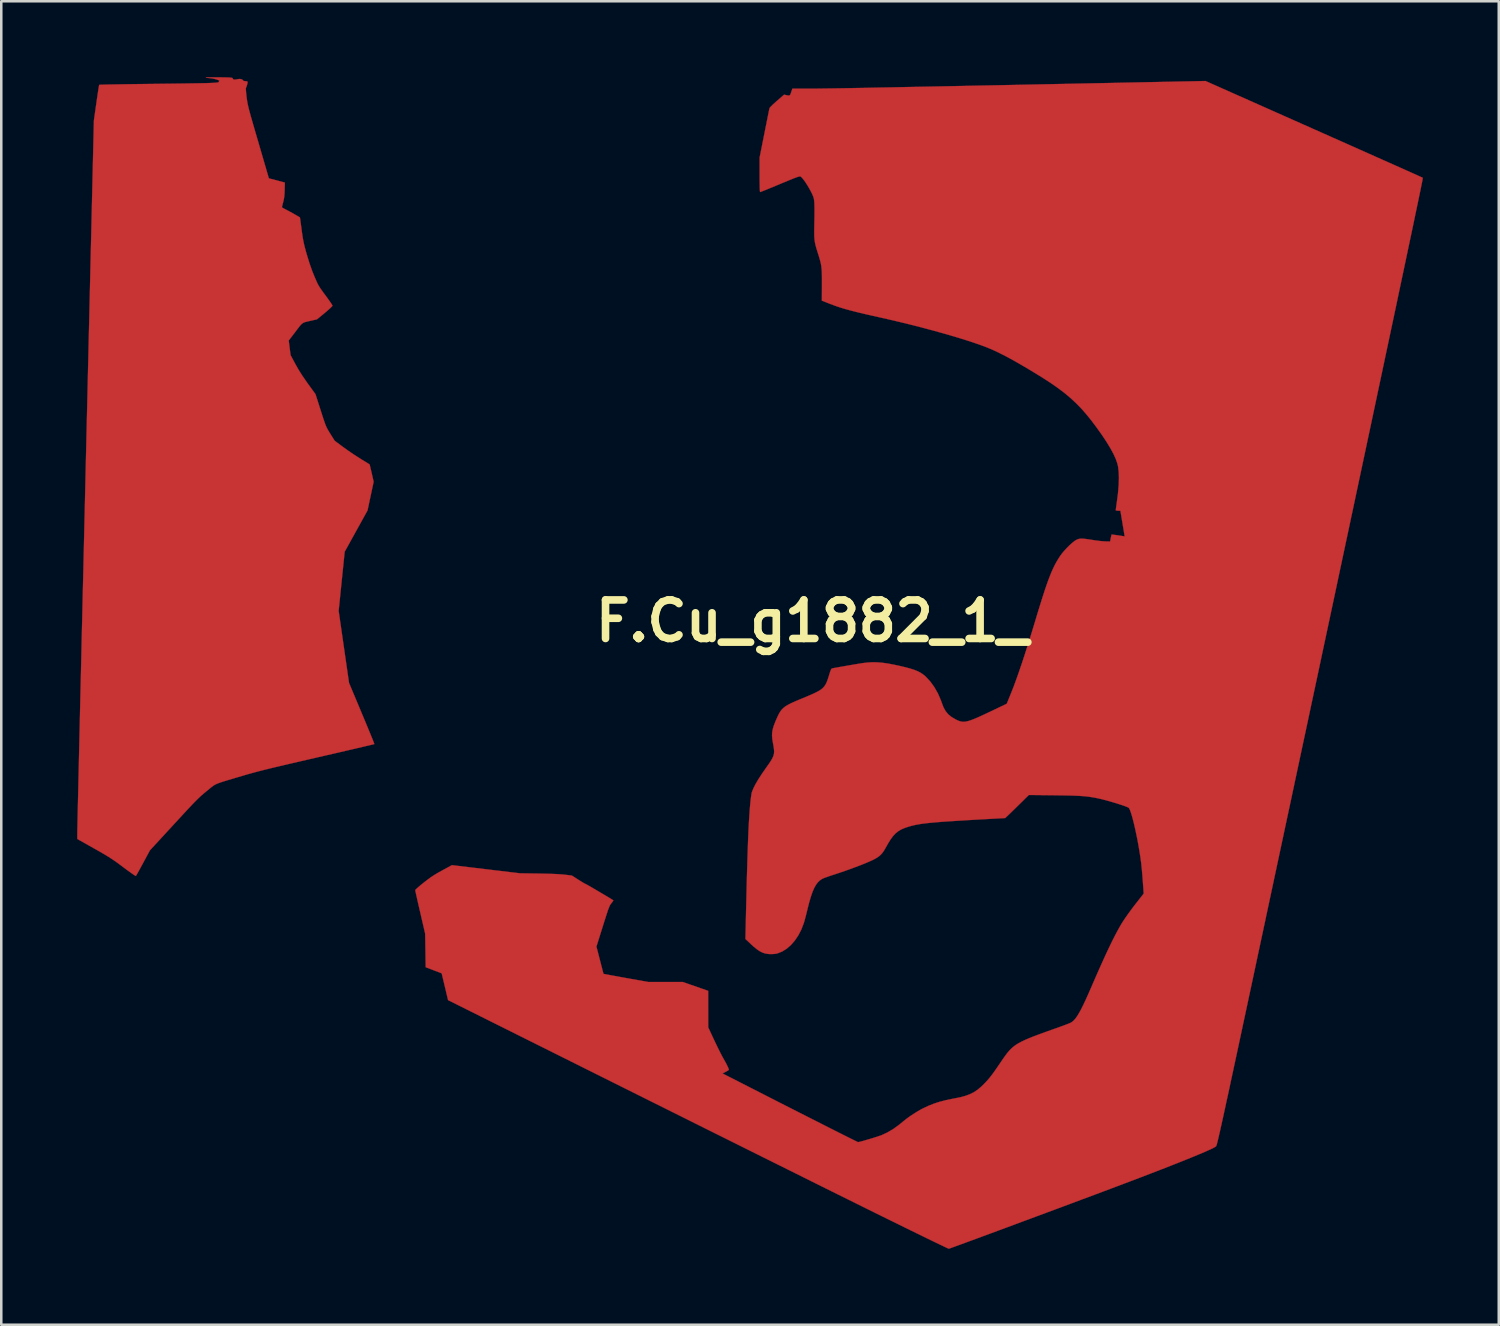
<source format=kicad_pcb>
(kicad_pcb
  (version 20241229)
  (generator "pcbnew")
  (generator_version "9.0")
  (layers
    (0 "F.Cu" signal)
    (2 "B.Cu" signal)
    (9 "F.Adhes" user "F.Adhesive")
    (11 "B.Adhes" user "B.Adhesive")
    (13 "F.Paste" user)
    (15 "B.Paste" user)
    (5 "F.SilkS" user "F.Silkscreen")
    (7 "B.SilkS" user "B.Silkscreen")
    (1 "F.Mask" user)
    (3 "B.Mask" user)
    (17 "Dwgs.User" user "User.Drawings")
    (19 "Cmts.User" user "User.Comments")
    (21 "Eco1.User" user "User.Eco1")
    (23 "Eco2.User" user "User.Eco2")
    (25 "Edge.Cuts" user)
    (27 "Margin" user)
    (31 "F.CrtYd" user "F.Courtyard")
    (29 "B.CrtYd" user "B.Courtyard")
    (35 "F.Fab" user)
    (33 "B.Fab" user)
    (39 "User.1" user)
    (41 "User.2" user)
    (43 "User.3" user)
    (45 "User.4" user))
  (footprint "F.Cu_g1882_1_"
    (layer "F.Cu")
    (at 29.046 21.495)
    (property "Reference" "F.Cu_g1882_1_" (at 0 0 0) (layer "F.SilkS") (effects (font (size 1.524 1.524) (thickness 0.3))))
    (attr through_hole)
    (fp_poly (pts (xy -23.472 -21.489) (xy -23.44 -21.489) (xy -23.272 -21.487) (xy -23.141 -21.484) (xy -23.044 -21.481) (xy -22.977 -21.476) (xy -22.933 -21.47) (xy -22.91 -21.463) (xy -22.902 -21.454) (xy -22.902 -21.453) (xy -22.885 -21.414) (xy -22.835 -21.397) (xy -22.755 -21.405) (xy -22.729 -21.411) (xy -22.637 -21.425) (xy -22.56 -21.417) (xy -22.507 -21.389) (xy -22.492 -21.366) (xy -22.462 -21.344) (xy -22.397 -21.336) (xy -22.395 -21.336) (xy -22.335 -21.33) (xy -22.31 -21.312) (xy -22.31 -21.31) (xy -22.316 -21.259) (xy -22.331 -21.196) (xy -22.349 -21.136) (xy -22.366 -21.092) (xy -22.374 -21.081) (xy -22.379 -21.056) (xy -22.378 -20.994) (xy -22.371 -20.898) (xy -22.358 -20.774) (xy -22.351 -20.715) (xy -22.342 -20.645) (xy -22.333 -20.58) (xy -22.323 -20.517) (xy -22.311 -20.451) (xy -22.296 -20.381) (xy -22.277 -20.3) (xy -22.254 -20.208) (xy -22.225 -20.099) (xy -22.19 -19.97) (xy -22.147 -19.819) (xy -22.095 -19.64) (xy -22.035 -19.431) (xy -21.964 -19.189) (xy -21.888 -18.929) (xy -21.47 -17.497) (xy -21.154 -17.413) (xy -20.838 -17.329) (xy -20.845 -17.041) (xy -20.851 -16.891) (xy -20.862 -16.768) (xy -20.88 -16.659) (xy -20.904 -16.56) (xy -20.926 -16.475) (xy -20.943 -16.406) (xy -20.953 -16.363) (xy -20.955 -16.354) (xy -20.937 -16.339) (xy -20.89 -16.311) (xy -20.822 -16.275) (xy -20.787 -16.257) (xy -20.723 -16.223) (xy -20.639 -16.178) (xy -20.544 -16.126) (xy -20.448 -16.072) (xy -20.361 -16.022) (xy -20.29 -15.981) (xy -20.246 -15.954) (xy -20.243 -15.951) (xy -20.239 -15.931) (xy -20.231 -15.874) (xy -20.219 -15.787) (xy -20.204 -15.675) (xy -20.186 -15.545) (xy -20.175 -15.46) (xy -20.152 -15.288) (xy -20.13 -15.145) (xy -20.107 -15.019) (xy -20.081 -14.897) (xy -20.05 -14.769) (xy -20.01 -14.621) (xy -19.972 -14.487) (xy -19.865 -14.139) (xy -19.754 -13.825) (xy -19.673 -13.625) (xy -19.619 -13.498) (xy -19.574 -13.397) (xy -19.533 -13.312) (xy -19.49 -13.235) (xy -19.441 -13.157) (xy -19.379 -13.069) (xy -19.301 -12.961) (xy -19.236 -12.873) (xy -19.154 -12.762) (xy -19.082 -12.661) (xy -19.023 -12.576) (xy -18.981 -12.511) (xy -18.958 -12.472) (xy -18.956 -12.465) (xy -18.971 -12.441) (xy -19.015 -12.395) (xy -19.083 -12.332) (xy -19.169 -12.256) (xy -19.262 -12.177) (xy -19.57 -11.924) (xy -19.781 -11.877) (xy -19.899 -11.85) (xy -19.989 -11.829) (xy -20.059 -11.809) (xy -20.115 -11.784) (xy -20.163 -11.75) (xy -20.212 -11.702) (xy -20.267 -11.636) (xy -20.336 -11.546) (xy -20.417 -11.438) (xy -20.685 -11.088) (xy -20.649 -10.799) (xy -20.612 -10.509) (xy -20.422 -10.154) (xy -20.293 -9.927) (xy -20.146 -9.694) (xy -19.974 -9.445) (xy -19.929 -9.381) (xy -19.626 -8.964) (xy -19.421 -8.32) (xy -19.364 -8.142) (xy -19.317 -7.998) (xy -19.278 -7.883) (xy -19.245 -7.79) (xy -19.215 -7.714) (xy -19.186 -7.649) (xy -19.155 -7.589) (xy -19.12 -7.528) (xy -19.079 -7.46) (xy -19.043 -7.401) (xy -18.87 -7.126) (xy -18.538 -6.878) (xy -18.333 -6.731) (xy -18.095 -6.57) (xy -17.83 -6.4) (xy -17.543 -6.224) (xy -17.489 -6.191) (xy -17.483 -6.171) (xy -17.47 -6.116) (xy -17.45 -6.033) (xy -17.426 -5.93) (xy -17.407 -5.847) (xy -17.329 -5.505) (xy -17.45 -4.938) (xy -17.571 -4.371) (xy -18.022 -3.556) (xy -18.473 -2.741) (xy -18.593 -1.571) (xy -18.712 -0.401) (xy -18.507 1.022) (xy -18.302 2.445) (xy -17.797 3.649) (xy -17.708 3.862) (xy -17.624 4.063) (xy -17.547 4.25) (xy -17.478 4.417) (xy -17.418 4.563) (xy -17.369 4.684) (xy -17.333 4.776) (xy -17.31 4.837) (xy -17.301 4.862) (xy -17.301 4.862) (xy -17.323 4.868) (xy -17.383 4.883) (xy -17.479 4.906) (xy -17.608 4.936) (xy -17.768 4.974) (xy -17.956 5.018) (xy -18.169 5.068) (xy -18.405 5.122) (xy -18.661 5.182) (xy -18.934 5.245) (xy -19.222 5.311) (xy -19.521 5.38) (xy -19.561 5.389) (xy -19.937 5.476) (xy -20.274 5.554) (xy -20.576 5.624) (xy -20.846 5.687) (xy -21.087 5.744) (xy -21.302 5.795) (xy -21.495 5.842) (xy -21.667 5.885) (xy -21.823 5.924) (xy -21.965 5.961) (xy -22.097 5.997) (xy -22.221 6.031) (xy -22.34 6.065) (xy -22.459 6.1) (xy -22.489 6.109) (xy -22.723 6.178) (xy -22.921 6.237) (xy -23.086 6.286) (xy -23.223 6.327) (xy -23.335 6.363) (xy -23.426 6.394) (xy -23.501 6.422) (xy -23.563 6.45) (xy -23.616 6.478) (xy -23.665 6.509) (xy -23.713 6.544) (xy -23.764 6.584) (xy -23.822 6.632) (xy -23.891 6.689) (xy -23.924 6.716) (xy -23.995 6.774) (xy -24.06 6.828) (xy -24.123 6.882) (xy -24.186 6.939) (xy -24.252 7.002) (xy -24.324 7.072) (xy -24.405 7.154) (xy -24.497 7.25) (xy -24.604 7.363) (xy -24.728 7.495) (xy -24.872 7.651) (xy -25.039 7.832) (xy -25.221 8.03) (xy -26.173 9.064) (xy -26.44 9.561) (xy -26.512 9.694) (xy -26.578 9.815) (xy -26.635 9.918) (xy -26.681 9.999) (xy -26.712 10.053) (xy -26.726 10.074) (xy -26.747 10.066) (xy -26.797 10.035) (xy -26.872 9.985) (xy -26.967 9.917) (xy -27.078 9.837) (xy -27.2 9.746) (xy -27.224 9.728) (xy -27.36 9.626) (xy -27.479 9.539) (xy -27.587 9.463) (xy -27.692 9.392) (xy -27.801 9.322) (xy -27.921 9.249) (xy -28.059 9.168) (xy -28.221 9.075) (xy -28.372 8.99) (xy -29.041 8.613) (xy -29.041 8.365) (xy -29.04 8.33) (xy -29.039 8.254) (xy -29.036 8.139) (xy -29.033 7.984) (xy -29.029 7.791) (xy -29.024 7.562) (xy -29.018 7.297) (xy -29.011 6.997) (xy -29.003 6.665) (xy -28.995 6.3) (xy -28.986 5.904) (xy -28.976 5.479) (xy -28.966 5.024) (xy -28.955 4.542) (xy -28.943 4.033) (xy -28.931 3.5) (xy -28.918 2.941) (xy -28.904 2.36) (xy -28.89 1.757) (xy -28.876 1.133) (xy -28.861 0.489) (xy -28.845 -0.174) (xy -28.829 -0.854) (xy -28.813 -1.55) (xy -28.796 -2.262) (xy -28.779 -2.987) (xy -28.762 -3.726) (xy -28.744 -4.476) (xy -28.727 -5.237) (xy -28.713 -5.831) (xy -28.385 -19.78) (xy -28.286 -20.479) (xy -28.262 -20.646) (xy -28.24 -20.799) (xy -28.219 -20.935) (xy -28.202 -21.046) (xy -28.188 -21.129) (xy -28.178 -21.179) (xy -28.175 -21.191) (xy -28.152 -21.193) (xy -28.09 -21.196) (xy -27.992 -21.199) (xy -27.86 -21.202) (xy -27.697 -21.205) (xy -27.506 -21.209) (xy -27.291 -21.212) (xy -27.053 -21.216) (xy -26.797 -21.22) (xy -26.524 -21.223) (xy -26.237 -21.227) (xy -26.109 -21.228) (xy -25.716 -21.233) (xy -25.362 -21.237) (xy -25.047 -21.241) (xy -24.768 -21.245) (xy -24.523 -21.249) (xy -24.309 -21.252) (xy -24.126 -21.256) (xy -23.969 -21.259) (xy -23.838 -21.263) (xy -23.731 -21.267) (xy -23.644 -21.271) (xy -23.577 -21.276) (xy -23.527 -21.281) (xy -23.491 -21.286) (xy -23.468 -21.292) (xy -23.456 -21.298) (xy -23.453 -21.305) (xy -23.453 -21.305) (xy -23.437 -21.336) (xy -23.428 -21.341) (xy -23.422 -21.353) (xy -23.449 -21.371) (xy -23.501 -21.392) (xy -23.571 -21.414) (xy -23.65 -21.434) (xy -23.73 -21.449) (xy -23.792 -21.456) (xy -23.891 -21.465) (xy -23.948 -21.473) (xy -23.965 -21.479) (xy -23.942 -21.484) (xy -23.88 -21.487) (xy -23.781 -21.49) (xy -23.644 -21.49) (xy -23.472 -21.489)) (stroke (width 0.01) (type solid)) (fill yes) (layer "F.Cu"))
    (fp_poly (pts (xy 19.432 -19.616) (xy 19.823 -19.442) (xy 20.208 -19.271) (xy 20.583 -19.104) (xy 20.948 -18.942) (xy 21.3 -18.785) (xy 21.637 -18.635) (xy 21.956 -18.493) (xy 22.256 -18.359) (xy 22.535 -18.235) (xy 22.79 -18.121) (xy 23.02 -18.019) (xy 23.222 -17.929) (xy 23.395 -17.852) (xy 23.535 -17.789) (xy 23.642 -17.741) (xy 23.712 -17.71) (xy 23.725 -17.704) (xy 24.135 -17.519) (xy 24.123 -17.432) (xy 24.116 -17.394) (xy 24.1 -17.315) (xy 24.076 -17.196) (xy 24.044 -17.038) (xy 24.003 -16.841) (xy 23.955 -16.608) (xy 23.898 -16.337) (xy 23.834 -16.031) (xy 23.763 -15.689) (xy 23.684 -15.314) (xy 23.597 -14.905) (xy 23.504 -14.462) (xy 23.404 -13.989) (xy 23.297 -13.483) (xy 23.184 -12.948) (xy 23.065 -12.383) (xy 22.939 -11.789) (xy 22.807 -11.167) (xy 22.669 -10.518) (xy 22.526 -9.842) (xy 22.377 -9.141) (xy 22.223 -8.414) (xy 22.064 -7.664) (xy 21.899 -6.89) (xy 21.73 -6.094) (xy 21.556 -5.276) (xy 21.378 -4.437) (xy 21.195 -3.578) (xy 21.008 -2.7) (xy 20.817 -1.803) (xy 20.623 -0.888) (xy 20.424 0.044) (xy 20.222 0.992) (xy 20.017 1.955) (xy 19.808 2.933) (xy 19.597 3.925) (xy 19.382 4.931) (xy 19.165 5.948) (xy 18.946 6.977) (xy 18.745 7.916) (xy 18.559 8.788) (xy 18.382 9.618) (xy 18.213 10.41) (xy 18.052 11.163) (xy 17.9 11.878) (xy 17.755 12.557) (xy 17.617 13.2) (xy 17.488 13.808) (xy 17.365 14.383) (xy 17.249 14.925) (xy 17.14 15.436) (xy 17.037 15.915) (xy 16.941 16.365) (xy 16.851 16.786) (xy 16.767 17.179) (xy 16.688 17.545) (xy 16.615 17.885) (xy 16.547 18.2) (xy 16.485 18.491) (xy 16.427 18.758) (xy 16.373 19.004) (xy 16.325 19.229) (xy 16.28 19.433) (xy 16.24 19.619) (xy 16.203 19.785) (xy 16.17 19.935) (xy 16.14 20.068) (xy 16.114 20.186) (xy 16.09 20.29) (xy 16.069 20.38) (xy 16.051 20.458) (xy 16.035 20.524) (xy 16.021 20.579) (xy 16.01 20.626) (xy 16 20.663) (xy 15.991 20.693) (xy 15.984 20.716) (xy 15.977 20.733) (xy 15.972 20.746) (xy 15.967 20.754) (xy 15.963 20.76) (xy 15.959 20.764) (xy 15.955 20.768) (xy 15.953 20.769) (xy 15.9 20.802) (xy 15.809 20.849) (xy 15.679 20.909) (xy 15.513 20.983) (xy 15.311 21.068) (xy 15.075 21.166) (xy 14.805 21.276) (xy 14.503 21.397) (xy 14.169 21.529) (xy 13.805 21.671) (xy 13.411 21.823) (xy 12.989 21.985) (xy 12.54 22.156) (xy 12.065 22.335) (xy 11.779 22.443) (xy 11.51 22.544) (xy 11.224 22.651) (xy 10.923 22.764) (xy 10.61 22.88) (xy 10.288 23.001) (xy 9.958 23.124) (xy 9.623 23.249) (xy 9.285 23.374) (xy 8.947 23.5) (xy 8.611 23.625) (xy 8.279 23.748) (xy 7.954 23.869) (xy 7.638 23.986) (xy 7.333 24.099) (xy 7.042 24.207) (xy 6.768 24.308) (xy 6.511 24.403) (xy 6.275 24.49) (xy 6.063 24.568) (xy 5.875 24.637) (xy 5.716 24.695) (xy 5.587 24.742) (xy 5.49 24.777) (xy 5.428 24.799) (xy 5.403 24.807) (xy 5.403 24.807) (xy 5.381 24.798) (xy 5.325 24.773) (xy 5.24 24.733) (xy 5.132 24.681) (xy 5.003 24.62) (xy 4.86 24.551) (xy 4.763 24.504) (xy 4.563 24.407) (xy 4.352 24.304) (xy 4.129 24.195) (xy 3.892 24.079) (xy 3.641 23.956) (xy 3.375 23.825) (xy 3.092 23.686) (xy 2.792 23.538) (xy 2.474 23.381) (xy 2.136 23.214) (xy 1.779 23.037) (xy 1.4 22.849) (xy 1 22.651) (xy 0.576 22.441) (xy 0.129 22.219) (xy -0.343 21.984) (xy -0.841 21.736) (xy -1.366 21.475) (xy -1.918 21.201) (xy -2.499 20.911) (xy -3.109 20.607) (xy -3.75 20.288) (xy -4.423 19.953) (xy -5.128 19.601) (xy -5.866 19.233) (xy -6.639 18.848) (xy -7.447 18.445) (xy -8.291 18.024) (xy -8.924 17.708) (xy -14.387 14.982) (xy -14.639 13.923) (xy -14.955 13.802) (xy -15.272 13.682) (xy -15.293 12.351) (xy -15.489 11.507) (xy -15.531 11.324) (xy -15.571 11.153) (xy -15.606 10.999) (xy -15.635 10.866) (xy -15.659 10.759) (xy -15.675 10.682) (xy -15.684 10.64) (xy -15.684 10.634) (xy -15.669 10.613) (xy -15.624 10.57) (xy -15.556 10.51) (xy -15.47 10.437) (xy -15.369 10.355) (xy -15.345 10.336) (xy -15.199 10.223) (xy -15.071 10.129) (xy -14.946 10.046) (xy -14.812 9.965) (xy -14.655 9.877) (xy -14.62 9.858) (xy -14.235 9.648) (xy -12.89 9.809) (xy -11.546 9.97) (xy -10.795 9.981) (xy -10.508 9.987) (xy -10.26 9.994) (xy -10.05 10.003) (xy -9.882 10.015) (xy -9.768 10.026) (xy -9.493 10.06) (xy -9.235 10.226) (xy -9.141 10.285) (xy -9.059 10.335) (xy -8.996 10.372) (xy -8.958 10.391) (xy -8.952 10.393) (xy -8.931 10.403) (xy -8.878 10.432) (xy -8.8 10.476) (xy -8.703 10.532) (xy -8.592 10.597) (xy -8.472 10.668) (xy -8.349 10.741) (xy -8.228 10.812) (xy -8.115 10.879) (xy -8.016 10.939) (xy -7.936 10.988) (xy -7.88 11.023) (xy -7.855 11.04) (xy -7.855 11.04) (xy -7.863 11.059) (xy -7.892 11.101) (xy -7.932 11.151) (xy -7.954 11.179) (xy -7.975 11.209) (xy -7.995 11.246) (xy -8.017 11.294) (xy -8.042 11.357) (xy -8.072 11.439) (xy -8.107 11.545) (xy -8.15 11.678) (xy -8.203 11.843) (xy -8.266 12.044) (xy -8.271 12.059) (xy -8.524 12.865) (xy -8.386 13.401) (xy -8.349 13.545) (xy -8.315 13.675) (xy -8.287 13.785) (xy -8.264 13.87) (xy -8.25 13.925) (xy -8.244 13.944) (xy -8.223 13.949) (xy -8.165 13.96) (xy -8.073 13.977) (xy -7.953 14) (xy -7.809 14.026) (xy -7.644 14.056) (xy -7.464 14.089) (xy -7.358 14.108) (xy -6.476 14.266) (xy -5.112 14.266) (xy -4.107 14.616) (xy -4.107 15.337) (xy -4.106 16.059) (xy -3.872 16.56) (xy -3.802 16.708) (xy -3.732 16.853) (xy -3.665 16.989) (xy -3.605 17.108) (xy -3.556 17.201) (xy -3.531 17.246) (xy -3.449 17.391) (xy -3.382 17.516) (xy -3.333 17.617) (xy -3.301 17.69) (xy -3.291 17.732) (xy -3.292 17.739) (xy -3.317 17.759) (xy -3.368 17.79) (xy -3.424 17.82) (xy -3.542 17.88) (xy -2.856 18.23) (xy -2.453 18.436) (xy -2.057 18.638) (xy -1.671 18.835) (xy -1.297 19.026) (xy -0.935 19.21) (xy -0.588 19.386) (xy -0.257 19.554) (xy 0.056 19.713) (xy 0.349 19.861) (xy 0.62 19.999) (xy 0.869 20.124) (xy 1.092 20.237) (xy 1.288 20.335) (xy 1.457 20.42) (xy 1.595 20.488) (xy 1.701 20.541) (xy 1.774 20.576) (xy 1.812 20.594) (xy 1.817 20.595) (xy 1.852 20.589) (xy 1.921 20.572) (xy 2.015 20.547) (xy 2.127 20.515) (xy 2.249 20.479) (xy 2.373 20.442) (xy 2.494 20.405) (xy 2.602 20.37) (xy 2.69 20.34) (xy 2.746 20.32) (xy 2.976 20.213) (xy 3.205 20.078) (xy 3.439 19.909) (xy 3.619 19.761) (xy 3.732 19.671) (xy 3.871 19.571) (xy 4.025 19.469) (xy 4.181 19.372) (xy 4.328 19.289) (xy 4.38 19.263) (xy 4.602 19.158) (xy 4.822 19.071) (xy 5.051 18.997) (xy 5.298 18.934) (xy 5.575 18.877) (xy 5.62 18.869) (xy 5.858 18.821) (xy 6.061 18.766) (xy 6.238 18.7) (xy 6.396 18.621) (xy 6.543 18.522) (xy 6.686 18.402) (xy 6.826 18.264) (xy 6.903 18.182) (xy 6.975 18.099) (xy 7.048 18.011) (xy 7.124 17.912) (xy 7.208 17.796) (xy 7.305 17.657) (xy 7.419 17.491) (xy 7.472 17.412) (xy 7.56 17.283) (xy 7.64 17.17) (xy 7.717 17.069) (xy 7.794 16.978) (xy 7.873 16.897) (xy 7.958 16.822) (xy 8.053 16.752) (xy 8.161 16.685) (xy 8.284 16.619) (xy 8.427 16.552) (xy 8.592 16.481) (xy 8.782 16.406) (xy 9.002 16.324) (xy 9.254 16.232) (xy 9.541 16.13) (xy 9.667 16.086) (xy 9.805 16.036) (xy 9.934 15.989) (xy 10.048 15.946) (xy 10.139 15.911) (xy 10.201 15.886) (xy 10.219 15.877) (xy 10.282 15.838) (xy 10.345 15.782) (xy 10.41 15.708) (xy 10.479 15.612) (xy 10.552 15.491) (xy 10.633 15.344) (xy 10.721 15.167) (xy 10.82 14.957) (xy 10.929 14.712) (xy 11.018 14.51) (xy 11.189 14.115) (xy 11.347 13.757) (xy 11.492 13.433) (xy 11.626 13.141) (xy 11.749 12.879) (xy 11.863 12.644) (xy 11.97 12.434) (xy 12.07 12.245) (xy 12.164 12.076) (xy 12.236 11.952) (xy 12.305 11.845) (xy 12.393 11.714) (xy 12.496 11.568) (xy 12.607 11.415) (xy 12.72 11.266) (xy 12.759 11.215) (xy 13.106 10.771) (xy 13.072 10.291) (xy 13.06 10.133) (xy 13.046 9.972) (xy 13.033 9.817) (xy 13.019 9.681) (xy 13.008 9.574) (xy 13.006 9.557) (xy 12.977 9.344) (xy 12.943 9.124) (xy 12.905 8.899) (xy 12.864 8.674) (xy 12.82 8.454) (xy 12.775 8.242) (xy 12.73 8.044) (xy 12.685 7.864) (xy 12.642 7.705) (xy 12.601 7.573) (xy 12.564 7.471) (xy 12.532 7.404) (xy 12.515 7.382) (xy 12.476 7.36) (xy 12.402 7.329) (xy 12.3 7.292) (xy 12.175 7.25) (xy 12.034 7.205) (xy 11.884 7.16) (xy 11.73 7.115) (xy 11.58 7.074) (xy 11.438 7.038) (xy 11.311 7.009) (xy 11.297 7.006) (xy 11.177 6.982) (xy 11.063 6.962) (xy 10.949 6.945) (xy 10.831 6.93) (xy 10.704 6.919) (xy 10.562 6.91) (xy 10.4 6.902) (xy 10.215 6.896) (xy 10 6.891) (xy 9.751 6.888) (xy 9.57 6.885) (xy 8.567 6.874) (xy 8.215 7.221) (xy 8.107 7.327) (xy 8.002 7.43) (xy 7.905 7.524) (xy 7.824 7.603) (xy 7.764 7.661) (xy 7.747 7.677) (xy 7.631 7.786) (xy 7.218 7.809) (xy 6.802 7.832) (xy 6.426 7.853) (xy 6.088 7.873) (xy 5.784 7.892) (xy 5.512 7.909) (xy 5.27 7.925) (xy 5.056 7.941) (xy 4.866 7.957) (xy 4.698 7.972) (xy 4.55 7.987) (xy 4.42 8.002) (xy 4.304 8.018) (xy 4.2 8.035) (xy 4.106 8.053) (xy 4.019 8.072) (xy 3.936 8.092) (xy 3.856 8.114) (xy 3.84 8.118) (xy 3.674 8.172) (xy 3.533 8.231) (xy 3.411 8.302) (xy 3.302 8.388) (xy 3.202 8.495) (xy 3.103 8.628) (xy 3.001 8.793) (xy 2.919 8.94) (xy 2.837 9.08) (xy 2.757 9.19) (xy 2.668 9.278) (xy 2.561 9.355) (xy 2.426 9.43) (xy 2.381 9.451) (xy 2.258 9.507) (xy 2.102 9.573) (xy 1.92 9.646) (xy 1.719 9.722) (xy 1.506 9.801) (xy 1.29 9.878) (xy 1.076 9.951) (xy 0.873 10.018) (xy 0.857 10.023) (xy 0.731 10.064) (xy 0.612 10.105) (xy 0.51 10.142) (xy 0.432 10.173) (xy 0.39 10.193) (xy 0.303 10.253) (xy 0.224 10.33) (xy 0.151 10.428) (xy 0.083 10.55) (xy 0.018 10.7) (xy -0.045 10.881) (xy -0.109 11.096) (xy -0.174 11.349) (xy -0.191 11.419) (xy -0.223 11.553) (xy -0.258 11.686) (xy -0.29 11.807) (xy -0.318 11.906) (xy -0.332 11.949) (xy -0.427 12.196) (xy -0.545 12.423) (xy -0.682 12.626) (xy -0.835 12.802) (xy -1.001 12.947) (xy -1.176 13.058) (xy -1.358 13.131) (xy -1.419 13.147) (xy -1.498 13.157) (xy -1.598 13.163) (xy -1.696 13.161) (xy -1.823 13.145) (xy -1.941 13.111) (xy -2.059 13.055) (xy -2.182 12.972) (xy -2.319 12.86) (xy -2.406 12.78) (xy -2.635 12.565) (xy -2.629 12.31) (xy -2.617 11.787) (xy -2.606 11.304) (xy -2.595 10.859) (xy -2.585 10.45) (xy -2.575 10.074) (xy -2.565 9.73) (xy -2.556 9.415) (xy -2.546 9.126) (xy -2.537 8.863) (xy -2.528 8.622) (xy -2.519 8.401) (xy -2.51 8.199) (xy -2.5 8.012) (xy -2.49 7.839) (xy -2.48 7.678) (xy -2.469 7.526) (xy -2.458 7.381) (xy -2.446 7.241) (xy -2.443 7.21) (xy -2.43 7.084) (xy -2.415 6.964) (xy -2.4 6.861) (xy -2.386 6.785) (xy -2.378 6.755) (xy -2.319 6.611) (xy -2.235 6.444) (xy -2.122 6.252) (xy -1.981 6.035) (xy -1.811 5.79) (xy -1.809 5.788) (xy -1.705 5.641) (xy -1.625 5.52) (xy -1.567 5.418) (xy -1.528 5.327) (xy -1.506 5.24) (xy -1.5 5.15) (xy -1.508 5.049) (xy -1.526 4.929) (xy -1.543 4.841) (xy -1.571 4.675) (xy -1.583 4.533) (xy -1.578 4.402) (xy -1.554 4.271) (xy -1.511 4.128) (xy -1.446 3.962) (xy -1.437 3.941) (xy -1.377 3.803) (xy -1.322 3.687) (xy -1.267 3.59) (xy -1.207 3.508) (xy -1.137 3.437) (xy -1.053 3.371) (xy -0.949 3.309) (xy -0.822 3.244) (xy -0.666 3.174) (xy -0.477 3.094) (xy -0.419 3.071) (xy -0.204 2.981) (xy -0.024 2.904) (xy 0.124 2.836) (xy 0.245 2.774) (xy 0.343 2.713) (xy 0.421 2.65) (xy 0.483 2.582) (xy 0.534 2.504) (xy 0.578 2.415) (xy 0.617 2.309) (xy 0.658 2.184) (xy 0.689 2.08) (xy 0.723 1.976) (xy 0.754 1.907) (xy 0.778 1.876) (xy 0.781 1.875) (xy 0.814 1.868) (xy 0.883 1.854) (xy 0.98 1.837) (xy 1.099 1.815) (xy 1.233 1.792) (xy 1.376 1.767) (xy 1.522 1.742) (xy 1.662 1.718) (xy 1.792 1.696) (xy 1.903 1.678) (xy 1.991 1.664) (xy 2.005 1.662) (xy 2.191 1.64) (xy 2.373 1.629) (xy 2.558 1.631) (xy 2.753 1.646) (xy 2.965 1.675) (xy 3.202 1.718) (xy 3.472 1.776) (xy 3.482 1.778) (xy 3.702 1.831) (xy 3.886 1.881) (xy 4.039 1.93) (xy 4.168 1.982) (xy 4.277 2.037) (xy 4.373 2.1) (xy 4.462 2.171) (xy 4.486 2.193) (xy 4.666 2.385) (xy 4.83 2.611) (xy 4.973 2.862) (xy 5.09 3.132) (xy 5.122 3.223) (xy 5.192 3.408) (xy 5.275 3.558) (xy 5.376 3.682) (xy 5.503 3.787) (xy 5.662 3.882) (xy 5.715 3.909) (xy 5.786 3.941) (xy 5.854 3.964) (xy 5.921 3.979) (xy 5.993 3.982) (xy 6.073 3.975) (xy 6.164 3.955) (xy 6.271 3.921) (xy 6.397 3.873) (xy 6.547 3.81) (xy 6.724 3.73) (xy 6.931 3.633) (xy 7.112 3.547) (xy 7.694 3.269) (xy 7.878 2.815) (xy 7.965 2.594) (xy 8.06 2.336) (xy 8.164 2.043) (xy 8.275 1.718) (xy 8.392 1.365) (xy 8.514 0.985) (xy 8.64 0.584) (xy 8.769 0.162) (xy 8.834 -0.053) (xy 8.939 -0.401) (xy 9.035 -0.711) (xy 9.122 -0.987) (xy 9.202 -1.232) (xy 9.276 -1.449) (xy 9.345 -1.641) (xy 9.411 -1.812) (xy 9.474 -1.965) (xy 9.537 -2.103) (xy 9.599 -2.229) (xy 9.664 -2.346) (xy 9.731 -2.458) (xy 9.796 -2.56) (xy 9.871 -2.664) (xy 9.964 -2.775) (xy 10.068 -2.888) (xy 10.175 -2.995) (xy 10.279 -3.089) (xy 10.371 -3.162) (xy 10.44 -3.205) (xy 10.495 -3.23) (xy 10.548 -3.247) (xy 10.608 -3.255) (xy 10.68 -3.256) (xy 10.772 -3.249) (xy 10.89 -3.234) (xy 11.041 -3.211) (xy 11.078 -3.205) (xy 11.21 -3.185) (xy 11.344 -3.168) (xy 11.467 -3.155) (xy 11.566 -3.148) (xy 11.598 -3.147) (xy 11.777 -3.143) (xy 11.805 -3.279) (xy 11.819 -3.349) (xy 11.831 -3.4) (xy 11.838 -3.42) (xy 11.858 -3.418) (xy 11.911 -3.411) (xy 11.986 -3.401) (xy 12.073 -3.389) (xy 12.162 -3.376) (xy 12.244 -3.363) (xy 12.309 -3.353) (xy 12.347 -3.346) (xy 12.352 -3.345) (xy 12.35 -3.365) (xy 12.341 -3.421) (xy 12.327 -3.507) (xy 12.309 -3.618) (xy 12.287 -3.748) (xy 12.27 -3.852) (xy 12.185 -4.36) (xy 12.093 -4.36) (xy 12.038 -4.364) (xy 12.005 -4.375) (xy 12.002 -4.38) (xy 12.004 -4.408) (xy 12.012 -4.469) (xy 12.024 -4.554) (xy 12.039 -4.657) (xy 12.042 -4.682) (xy 12.089 -5.044) (xy 12.117 -5.368) (xy 12.127 -5.653) (xy 12.118 -5.901) (xy 12.092 -6.11) (xy 12.066 -6.223) (xy 12.005 -6.4) (xy 11.915 -6.598) (xy 11.796 -6.82) (xy 11.647 -7.066) (xy 11.468 -7.337) (xy 11.257 -7.634) (xy 11.248 -7.646) (xy 11.04 -7.923) (xy 10.838 -8.173) (xy 10.636 -8.403) (xy 10.428 -8.616) (xy 10.21 -8.818) (xy 9.977 -9.013) (xy 9.722 -9.206) (xy 9.441 -9.402) (xy 9.128 -9.605) (xy 8.948 -9.717) (xy 8.583 -9.939) (xy 8.249 -10.136) (xy 7.944 -10.31) (xy 7.664 -10.462) (xy 7.408 -10.592) (xy 7.173 -10.703) (xy 6.956 -10.796) (xy 6.941 -10.803) (xy 6.709 -10.891) (xy 6.44 -10.985) (xy 6.137 -11.085) (xy 5.805 -11.189) (xy 5.446 -11.296) (xy 5.066 -11.404) (xy 4.668 -11.513) (xy 4.257 -11.622) (xy 3.836 -11.729) (xy 3.409 -11.833) (xy 2.98 -11.934) (xy 2.678 -12.002) (xy 2.369 -12.071) (xy 2.097 -12.133) (xy 1.858 -12.19) (xy 1.647 -12.242) (xy 1.46 -12.291) (xy 1.292 -12.338) (xy 1.138 -12.384) (xy 0.995 -12.431) (xy 0.858 -12.48) (xy 0.721 -12.531) (xy 0.688 -12.544) (xy 0.386 -12.662) (xy 0.389 -13.29) (xy 0.389 -13.491) (xy 0.388 -13.657) (xy 0.384 -13.796) (xy 0.377 -13.915) (xy 0.365 -14.021) (xy 0.348 -14.123) (xy 0.323 -14.226) (xy 0.292 -14.339) (xy 0.252 -14.469) (xy 0.221 -14.565) (xy 0.174 -14.717) (xy 0.139 -14.845) (xy 0.113 -14.96) (xy 0.097 -15.072) (xy 0.087 -15.192) (xy 0.084 -15.33) (xy 0.085 -15.497) (xy 0.086 -15.557) (xy 0.091 -15.804) (xy 0.094 -16.013) (xy 0.095 -16.186) (xy 0.095 -16.33) (xy 0.092 -16.447) (xy 0.088 -16.541) (xy 0.082 -16.616) (xy 0.073 -16.677) (xy 0.062 -16.727) (xy 0.048 -16.77) (xy 0.047 -16.772) (xy 0.004 -16.876) (xy -0.054 -16.992) (xy -0.122 -17.115) (xy -0.194 -17.235) (xy -0.267 -17.348) (xy -0.337 -17.445) (xy -0.398 -17.519) (xy -0.446 -17.563) (xy -0.453 -17.567) (xy -0.469 -17.573) (xy -0.492 -17.573) (xy -0.525 -17.566) (xy -0.573 -17.552) (xy -0.638 -17.529) (xy -0.726 -17.496) (xy -0.839 -17.45) (xy -0.982 -17.392) (xy -1.158 -17.319) (xy -1.266 -17.274) (xy -1.436 -17.203) (xy -1.593 -17.138) (xy -1.735 -17.08) (xy -1.855 -17.031) (xy -1.951 -16.993) (xy -2.017 -16.967) (xy -2.05 -16.955) (xy -2.053 -16.954) (xy -2.06 -16.976) (xy -2.065 -17.039) (xy -2.069 -17.144) (xy -2.072 -17.291) (xy -2.074 -17.479) (xy -2.074 -17.638) (xy -2.074 -18.321) (xy -1.884 -19.273) (xy -1.845 -19.469) (xy -1.808 -19.654) (xy -1.774 -19.822) (xy -1.745 -19.97) (xy -1.72 -20.093) (xy -1.701 -20.187) (xy -1.688 -20.247) (xy -1.684 -20.268) (xy -1.665 -20.296) (xy -1.619 -20.345) (xy -1.552 -20.411) (xy -1.468 -20.488) (xy -1.39 -20.558) (xy -1.106 -20.804) (xy -1.024 -20.785) (xy -0.948 -20.769) (xy -0.9 -20.77) (xy -0.869 -20.795) (xy -0.844 -20.849) (xy -0.826 -20.902) (xy -0.78 -21.04) (xy -0.194 -21.04) (xy -0.076 -21.04) (xy 0.08 -21.041) (xy 0.268 -21.043) (xy 0.483 -21.046) (xy 0.722 -21.049) (xy 0.978 -21.053) (xy 1.248 -21.057) (xy 1.525 -21.062) (xy 1.806 -21.067) (xy 2.053 -21.071) (xy 2.377 -21.078) (xy 2.739 -21.085) (xy 3.136 -21.092) (xy 3.564 -21.101) (xy 4.019 -21.11) (xy 4.499 -21.119) (xy 4.998 -21.129) (xy 5.513 -21.139) (xy 6.041 -21.15) (xy 6.578 -21.161) (xy 7.12 -21.171) (xy 7.663 -21.182) (xy 8.204 -21.193) (xy 8.739 -21.204) (xy 9.263 -21.215) (xy 9.775 -21.225) (xy 10.269 -21.235) (xy 10.742 -21.245) (xy 11.19 -21.254) (xy 11.61 -21.262) (xy 11.998 -21.27) (xy 12.086 -21.272) (xy 12.394 -21.279) (xy 12.703 -21.285) (xy 13.01 -21.291) (xy 13.31 -21.298) (xy 13.599 -21.303) (xy 13.871 -21.309) (xy 14.123 -21.314) (xy 14.351 -21.319) (xy 14.548 -21.323) (xy 14.712 -21.326) (xy 14.818 -21.328) (xy 15.549 -21.343) (xy 19.432 -19.616)) (stroke (width 0.01) (type solid)) (fill yes) (layer "F.Cu")))
  (gr_rect
    (start -3 -3)
    (end 56.185 49.307)
    (stroke (width 0.1) (type default))
    (fill no)
    (layer "Edge.Cuts")))
</source>
